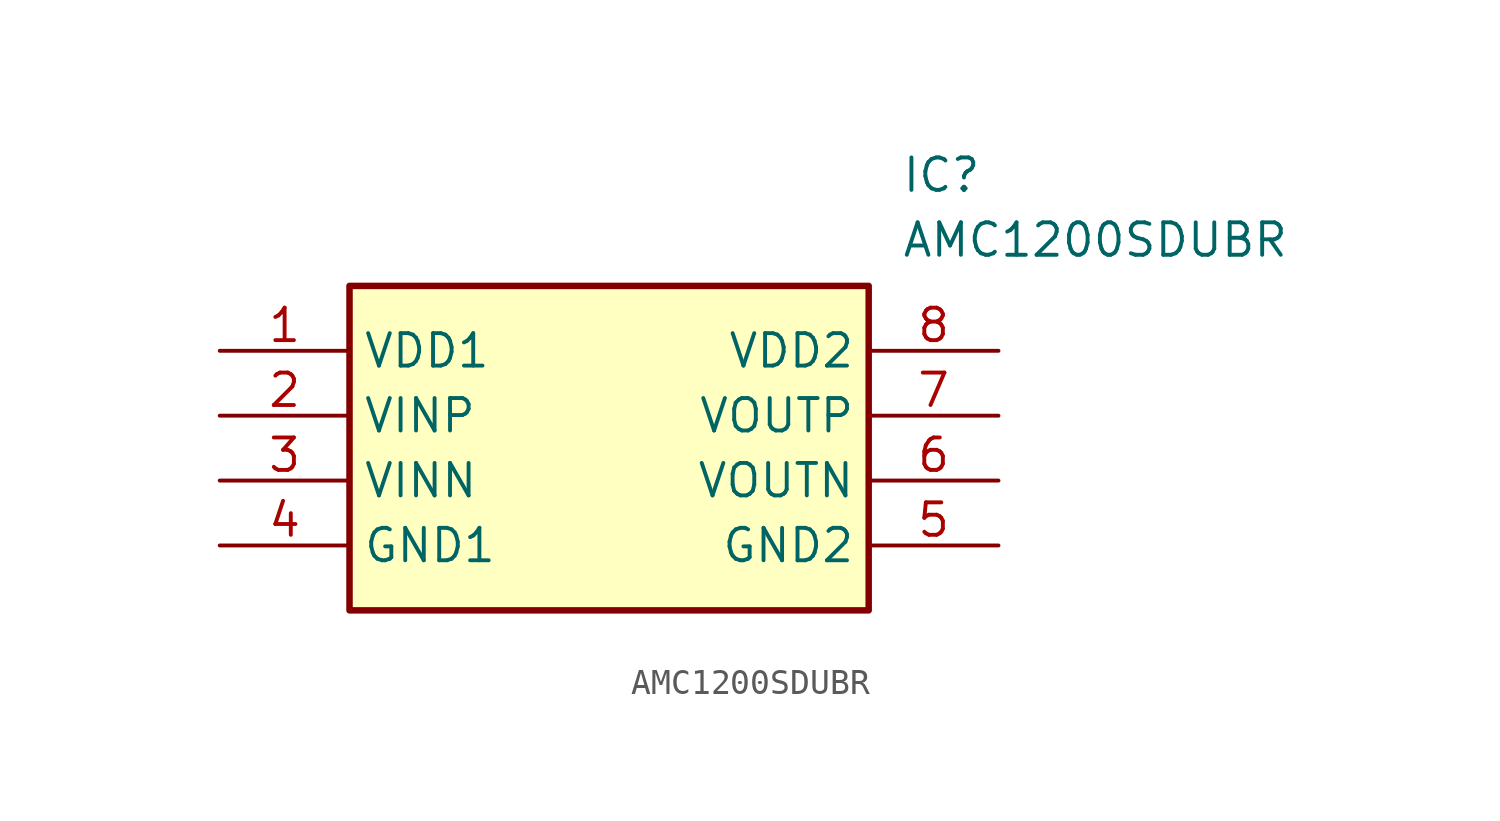
<source format=kicad_sym>
(kicad_symbol_lib
  (version 20241209)
  (generator "kicad_symbol_editor")
  (generator_version "9.0")
  (symbol "AMC1200SDUBR"
    (property "Reference" "IC"
      (at 26.67 7.62 0)
      (effects (font (size 1.27 1.27)) (justify left top)))
    (property "Value" "AMC1200SDUBR"
      (at 26.67 5.08 0)
      (effects (font (size 1.27 1.27)) (justify left top)))
    (symbol "AMC1200SDUBR_1_1"
      (rectangle (start 5.08 2.54) (end 25.4 -10.16) (stroke (width 0.254) (type default)) (fill (type background)))
      (pin passive line (at 0 0 0) (length 5.08) (name "VDD1" (effects (font (size 1.27 1.27)))) (number "1" (effects (font (size 1.27 1.27)))))
      (pin passive line (at 0 -2.54 0) (length 5.08) (name "VINP" (effects (font (size 1.27 1.27)))) (number "2" (effects (font (size 1.27 1.27)))))
      (pin passive line (at 0 -5.08 0) (length 5.08) (name "VINN" (effects (font (size 1.27 1.27)))) (number "3" (effects (font (size 1.27 1.27)))))
      (pin passive line (at 0 -7.62 0) (length 5.08) (name "GND1" (effects (font (size 1.27 1.27)))) (number "4" (effects (font (size 1.27 1.27)))))
      (pin passive line (at 30.48 0 180) (length 5.08) (name "VDD2" (effects (font (size 1.27 1.27)))) (number "8" (effects (font (size 1.27 1.27)))))
      (pin passive line (at 30.48 -2.54 180) (length 5.08) (name "VOUTP" (effects (font (size 1.27 1.27)))) (number "7" (effects (font (size 1.27 1.27)))))
      (pin passive line (at 30.48 -5.08 180) (length 5.08) (name "VOUTN" (effects (font (size 1.27 1.27)))) (number "6" (effects (font (size 1.27 1.27)))))
      (pin passive line (at 30.48 -7.62 180) (length 5.08) (name "GND2" (effects (font (size 1.27 1.27)))) (number "5" (effects (font (size 1.27 1.27))))))))
</source>
